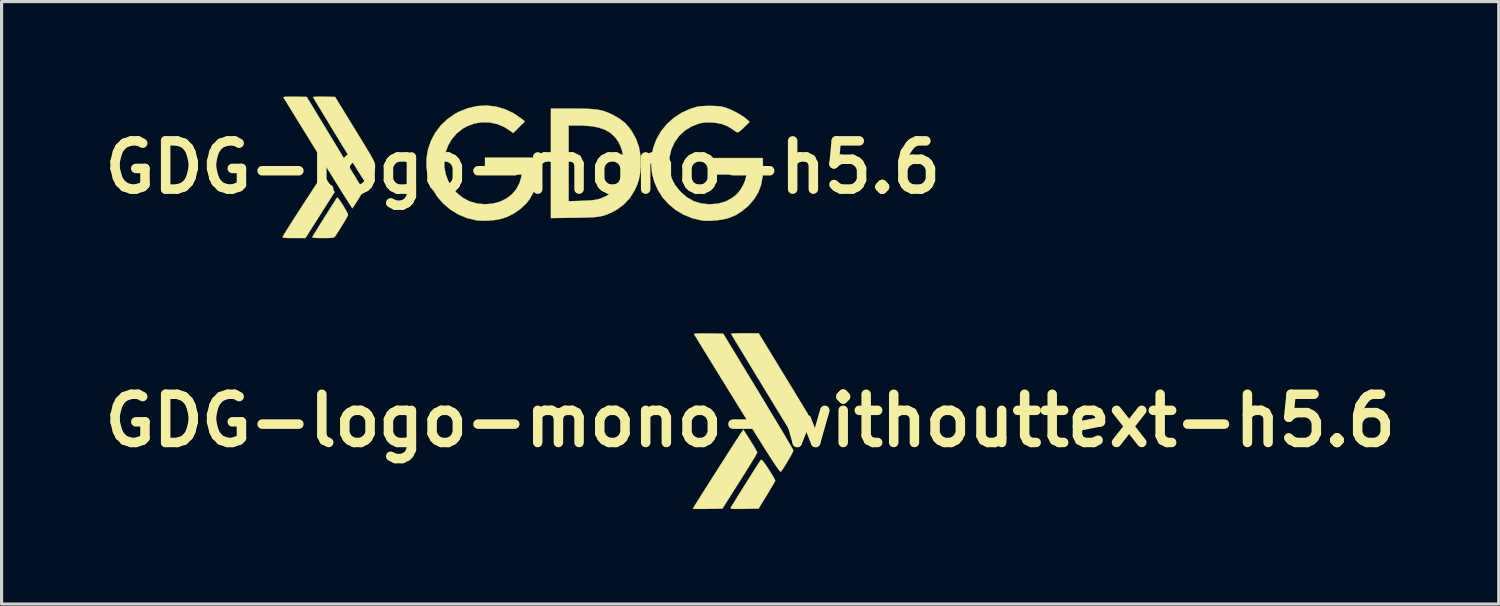
<source format=kicad_pcb>
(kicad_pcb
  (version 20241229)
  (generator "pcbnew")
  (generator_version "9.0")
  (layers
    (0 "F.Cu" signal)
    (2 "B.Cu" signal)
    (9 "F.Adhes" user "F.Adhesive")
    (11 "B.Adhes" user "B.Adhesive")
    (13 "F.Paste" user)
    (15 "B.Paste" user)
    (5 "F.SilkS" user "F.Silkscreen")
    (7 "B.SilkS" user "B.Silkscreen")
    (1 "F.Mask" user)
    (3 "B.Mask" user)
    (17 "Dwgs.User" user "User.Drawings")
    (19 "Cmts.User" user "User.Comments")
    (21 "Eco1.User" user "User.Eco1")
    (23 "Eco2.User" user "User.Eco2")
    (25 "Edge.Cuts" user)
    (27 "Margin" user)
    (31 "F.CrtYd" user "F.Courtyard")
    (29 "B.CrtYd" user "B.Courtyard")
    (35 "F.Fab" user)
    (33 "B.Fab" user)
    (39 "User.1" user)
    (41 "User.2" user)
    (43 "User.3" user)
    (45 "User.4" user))
  (footprint "GDG-logo-mono-h5.6"
    (layer "F.Cu")
    (at 13.469 2.236)
    (property "Reference" "GDG-logo-mono-h5.6" (at 0 0 0) (layer "F.SilkS") (effects (font (size 1.524 1.524) (thickness 0.3))))
    (attr through_hole)
    (fp_poly (pts (xy -6.292 0.26) (xy -6.25 0.318) (xy -6.192 0.402) (xy -6.126 0.503) (xy -6.119 0.513) (xy -5.947 0.783) (xy -6.407 1.509) (xy -6.867 2.235) (xy -7.234 2.235) (xy -7.378 2.235) (xy -7.478 2.232) (xy -7.542 2.227) (xy -7.576 2.219) (xy -7.587 2.207) (xy -7.585 2.197) (xy -7.566 2.16) (xy -7.523 2.087) (xy -7.459 1.985) (xy -7.379 1.857) (xy -7.285 1.709) (xy -7.181 1.547) (xy -7.07 1.374) (xy -6.956 1.198) (xy -6.842 1.021) (xy -6.73 0.851) (xy -6.626 0.691) (xy -6.531 0.548) (xy -6.449 0.425) (xy -6.383 0.33) (xy -6.338 0.265) (xy -6.316 0.237) (xy -6.314 0.236) (xy -6.292 0.26)) (stroke (width 0.01) (type solid)) (fill yes) (layer "F.SilkS"))
    (fp_poly (pts (xy -7.201 -2.23) (xy -6.827 -2.223) (xy -5.93 -0.743) (xy -5.032 0.736) (xy -5.202 1.015) (xy -5.267 1.119) (xy -5.323 1.206) (xy -5.364 1.267) (xy -5.385 1.294) (xy -5.386 1.294) (xy -5.402 1.273) (xy -5.442 1.212) (xy -5.504 1.115) (xy -5.587 0.983) (xy -5.689 0.822) (xy -5.807 0.633) (xy -5.94 0.42) (xy -6.085 0.186) (xy -6.241 -0.065) (xy -6.405 -0.33) (xy -6.479 -0.449) (xy -6.646 -0.72) (xy -6.806 -0.979) (xy -6.955 -1.222) (xy -7.094 -1.446) (xy -7.218 -1.648) (xy -7.326 -1.824) (xy -7.417 -1.972) (xy -7.488 -2.088) (xy -7.537 -2.168) (xy -7.562 -2.21) (xy -7.565 -2.215) (xy -7.544 -2.222) (xy -7.482 -2.227) (xy -7.385 -2.23) (xy -7.263 -2.23) (xy -7.201 -2.23)) (stroke (width 0.01) (type solid)) (fill yes) (layer "F.SilkS"))
    (fp_poly (pts (xy -5.847 0.968) (xy -5.809 1.013) (xy -5.757 1.084) (xy -5.7 1.172) (xy -5.642 1.265) (xy -5.589 1.356) (xy -5.548 1.435) (xy -5.524 1.491) (xy -5.522 1.513) (xy -5.542 1.553) (xy -5.584 1.626) (xy -5.641 1.722) (xy -5.706 1.829) (xy -5.773 1.939) (xy -5.837 2.04) (xy -5.891 2.124) (xy -5.928 2.178) (xy -5.938 2.191) (xy -5.96 2.209) (xy -5.996 2.222) (xy -6.053 2.229) (xy -6.141 2.234) (xy -6.267 2.235) (xy -6.319 2.235) (xy -6.462 2.234) (xy -6.56 2.23) (xy -6.62 2.224) (xy -6.646 2.213) (xy -6.648 2.203) (xy -6.632 2.174) (xy -6.593 2.109) (xy -6.535 2.015) (xy -6.463 1.898) (xy -6.38 1.766) (xy -6.292 1.624) (xy -6.202 1.481) (xy -6.115 1.342) (xy -6.035 1.215) (xy -5.965 1.106) (xy -5.912 1.022) (xy -5.877 0.971) (xy -5.868 0.957) (xy -5.847 0.968)) (stroke (width 0.01) (type solid)) (fill yes) (layer "F.SilkS"))
    (fp_poly (pts (xy -6.312 -2.23) (xy -6.283 -2.23) (xy -5.931 -2.223) (xy -5.557 -1.613) (xy -5.382 -1.328) (xy -5.232 -1.083) (xy -5.104 -0.874) (xy -4.997 -0.699) (xy -4.91 -0.554) (xy -4.839 -0.435) (xy -4.784 -0.34) (xy -4.742 -0.264) (xy -4.712 -0.205) (xy -4.692 -0.159) (xy -4.679 -0.122) (xy -4.673 -0.092) (xy -4.67 -0.065) (xy -4.67 -0.038) (xy -4.67 -0.014) (xy -4.674 0.071) (xy -4.691 0.142) (xy -4.726 0.22) (xy -4.771 0.3) (xy -4.825 0.388) (xy -4.872 0.463) (xy -4.904 0.511) (xy -4.907 0.514) (xy -4.916 0.52) (xy -4.93 0.514) (xy -4.95 0.495) (xy -4.979 0.46) (xy -5.019 0.405) (xy -5.071 0.327) (xy -5.138 0.224) (xy -5.221 0.092) (xy -5.322 -0.07) (xy -5.443 -0.267) (xy -5.587 -0.502) (xy -5.754 -0.776) (xy -5.779 -0.816) (xy -5.925 -1.056) (xy -6.064 -1.284) (xy -6.192 -1.496) (xy -6.308 -1.687) (xy -6.41 -1.855) (xy -6.495 -1.994) (xy -6.56 -2.103) (xy -6.604 -2.177) (xy -6.624 -2.211) (xy -6.625 -2.214) (xy -6.605 -2.222) (xy -6.541 -2.228) (xy -6.441 -2.231) (xy -6.312 -2.23)) (stroke (width 0.01) (type solid)) (fill yes) (layer "F.SilkS"))
    (fp_poly (pts (xy 1.799 -1.853) (xy 2.005 -1.849) (xy 2.176 -1.84) (xy 2.319 -1.827) (xy 2.442 -1.806) (xy 2.552 -1.778) (xy 2.658 -1.741) (xy 2.767 -1.695) (xy 2.832 -1.664) (xy 3.051 -1.54) (xy 3.232 -1.397) (xy 3.383 -1.226) (xy 3.438 -1.148) (xy 3.578 -0.898) (xy 3.672 -0.633) (xy 3.721 -0.351) (xy 3.726 -0.046) (xy 3.725 -0.026) (xy 3.706 0.188) (xy 3.672 0.371) (xy 3.618 0.54) (xy 3.541 0.713) (xy 3.523 0.747) (xy 3.379 0.973) (xy 3.197 1.169) (xy 2.984 1.329) (xy 2.865 1.395) (xy 2.758 1.446) (xy 2.665 1.487) (xy 2.576 1.519) (xy 2.485 1.543) (xy 2.384 1.561) (xy 2.265 1.574) (xy 2.122 1.582) (xy 1.945 1.588) (xy 1.729 1.592) (xy 1.619 1.594) (xy 0.889 1.604) (xy 0.889 -1.321) (xy 1.448 -1.321) (xy 1.448 1.074) (xy 1.861 1.06) (xy 2.043 1.052) (xy 2.185 1.042) (xy 2.296 1.028) (xy 2.387 1.009) (xy 2.432 0.996) (xy 2.65 0.902) (xy 2.833 0.773) (xy 2.981 0.61) (xy 3.089 0.416) (xy 3.101 0.387) (xy 3.136 0.261) (xy 3.16 0.101) (xy 3.173 -0.076) (xy 3.173 -0.252) (xy 3.16 -0.411) (xy 3.138 -0.522) (xy 3.083 -0.681) (xy 3.019 -0.81) (xy 2.933 -0.929) (xy 2.9 -0.967) (xy 2.766 -1.09) (xy 2.603 -1.185) (xy 2.406 -1.254) (xy 2.173 -1.299) (xy 1.899 -1.319) (xy 1.779 -1.321) (xy 1.448 -1.321) (xy 0.889 -1.321) (xy 0.889 -1.854) (xy 1.55 -1.854) (xy 1.799 -1.853)) (stroke (width 0.01) (type solid)) (fill yes) (layer "F.SilkS"))
    (fp_poly (pts (xy -0.853 -1.919) (xy -0.57 -1.838) (xy -0.297 -1.709) (xy -0.039 -1.533) (xy -0.013 -1.511) (xy 0.064 -1.448) (xy -0.12 -1.265) (xy -0.303 -1.081) (xy -0.374 -1.137) (xy -0.587 -1.275) (xy -0.817 -1.369) (xy -1.057 -1.418) (xy -1.3 -1.422) (xy -1.54 -1.382) (xy -1.769 -1.295) (xy -1.894 -1.224) (xy -2.09 -1.07) (xy -2.246 -0.887) (xy -2.364 -0.683) (xy -2.443 -0.463) (xy -2.481 -0.234) (xy -2.478 -0.001) (xy -2.434 0.23) (xy -2.348 0.452) (xy -2.219 0.659) (xy -2.096 0.8) (xy -1.899 0.962) (xy -1.683 1.077) (xy -1.447 1.145) (xy -1.193 1.168) (xy -0.944 1.147) (xy -0.716 1.086) (xy -0.514 0.986) (xy -0.341 0.853) (xy -0.203 0.688) (xy -0.102 0.494) (xy -0.054 0.337) (xy -0.031 0.229) (xy -1.194 0.229) (xy -1.194 -0.305) (xy 0.479 -0.305) (xy 0.497 -0.162) (xy 0.506 0.075) (xy 0.478 0.323) (xy 0.418 0.569) (xy 0.329 0.802) (xy 0.214 1.009) (xy 0.113 1.139) (xy -0.075 1.316) (xy -0.292 1.465) (xy -0.524 1.577) (xy -0.716 1.637) (xy -0.89 1.667) (xy -1.084 1.684) (xy -1.277 1.688) (xy -1.446 1.677) (xy -1.473 1.673) (xy -1.759 1.605) (xy -2.03 1.493) (xy -2.281 1.341) (xy -2.505 1.153) (xy -2.696 0.934) (xy -2.85 0.689) (xy -2.913 0.551) (xy -3.003 0.267) (xy -3.044 -0.02) (xy -3.039 -0.304) (xy -2.989 -0.582) (xy -2.896 -0.847) (xy -2.762 -1.096) (xy -2.59 -1.323) (xy -2.38 -1.523) (xy -2.135 -1.692) (xy -2.019 -1.754) (xy -1.73 -1.869) (xy -1.437 -1.935) (xy -1.143 -1.951) (xy -0.853 -1.919)) (stroke (width 0.01) (type solid)) (fill yes) (layer "F.SilkS"))
    (fp_poly (pts (xy 6.061 -1.937) (xy 6.207 -1.927) (xy 6.322 -1.909) (xy 6.325 -1.908) (xy 6.453 -1.868) (xy 6.602 -1.806) (xy 6.756 -1.73) (xy 6.898 -1.648) (xy 7.013 -1.569) (xy 7.044 -1.544) (xy 7.166 -1.435) (xy 6.989 -1.26) (xy 6.898 -1.175) (xy 6.828 -1.121) (xy 6.785 -1.1) (xy 6.778 -1.101) (xy 6.739 -1.124) (xy 6.676 -1.167) (xy 6.623 -1.205) (xy 6.457 -1.305) (xy 6.281 -1.371) (xy 6.08 -1.408) (xy 5.966 -1.416) (xy 5.814 -1.419) (xy 5.694 -1.411) (xy 5.588 -1.389) (xy 5.572 -1.385) (xy 5.329 -1.29) (xy 5.116 -1.157) (xy 4.937 -0.99) (xy 4.796 -0.793) (xy 4.694 -0.569) (xy 4.636 -0.324) (xy 4.623 -0.129) (xy 4.642 0.121) (xy 4.7 0.343) (xy 4.802 0.546) (xy 4.95 0.736) (xy 5.001 0.79) (xy 5.194 0.954) (xy 5.399 1.069) (xy 5.622 1.14) (xy 5.87 1.168) (xy 5.918 1.168) (xy 6.174 1.147) (xy 6.403 1.083) (xy 6.608 0.975) (xy 6.77 0.842) (xy 6.87 0.722) (xy 6.958 0.576) (xy 7.023 0.423) (xy 7.05 0.324) (xy 7.067 0.229) (xy 5.891 0.229) (xy 5.905 -0.292) (xy 7.582 -0.292) (xy 7.589 -0.013) (xy 7.579 0.282) (xy 7.532 0.545) (xy 7.445 0.782) (xy 7.316 0.998) (xy 7.145 1.196) (xy 7.119 1.222) (xy 6.931 1.382) (xy 6.742 1.502) (xy 6.538 1.59) (xy 6.432 1.622) (xy 6.284 1.654) (xy 6.113 1.677) (xy 5.935 1.689) (xy 5.771 1.689) (xy 5.651 1.678) (xy 5.352 1.607) (xy 5.076 1.495) (xy 4.827 1.345) (xy 4.607 1.163) (xy 4.419 0.951) (xy 4.267 0.713) (xy 4.154 0.454) (xy 4.083 0.178) (xy 4.056 -0.112) (xy 4.067 -0.335) (xy 4.124 -0.622) (xy 4.227 -0.893) (xy 4.371 -1.142) (xy 4.554 -1.366) (xy 4.771 -1.561) (xy 5.019 -1.723) (xy 5.295 -1.848) (xy 5.488 -1.908) (xy 5.597 -1.926) (xy 5.739 -1.937) (xy 5.9 -1.941) (xy 6.061 -1.937)) (stroke (width 0.01) (type solid)) (fill yes) (layer "F.SilkS")))
  (footprint "GDG-logo-mono-withouttext-h5.6"
    (layer "F.Cu")
    (at 20.654 10.242)
    (property "Reference" "GDG-logo-mono-withouttext-h5.6" (at 0 0 0) (layer "F.SilkS") (effects (font (size 1.524 1.524) (thickness 0.3))))
    (attr through_hole)
    (fp_poly (pts (xy 0.391 1.264) (xy 0.443 1.328) (xy 0.518 1.437) (xy 0.582 1.535) (xy 0.663 1.663) (xy 0.729 1.773) (xy 0.775 1.853) (xy 0.793 1.892) (xy 0.793 1.893) (xy 0.776 1.928) (xy 0.732 2.008) (xy 0.666 2.121) (xy 0.583 2.259) (xy 0.528 2.349) (xy 0.264 2.778) (xy -0.188 2.787) (xy -0.37 2.789) (xy -0.497 2.788) (xy -0.575 2.783) (xy -0.613 2.772) (xy -0.618 2.756) (xy -0.617 2.755) (xy -0.583 2.698) (xy -0.523 2.6) (xy -0.442 2.469) (xy -0.346 2.314) (xy -0.239 2.144) (xy -0.128 1.967) (xy -0.018 1.792) (xy 0.086 1.628) (xy 0.178 1.482) (xy 0.254 1.364) (xy 0.307 1.282) (xy 0.332 1.246) (xy 0.333 1.245) (xy 0.356 1.238) (xy 0.391 1.264)) (stroke (width 0.01) (type solid)) (fill yes) (layer "F.SilkS"))
    (fp_poly (pts (xy 0.002 0.626) (xy 0.085 0.758) (xy 0.153 0.873) (xy 0.201 0.959) (xy 0.221 1.004) (xy 0.222 1.006) (xy 0.205 1.042) (xy 0.159 1.124) (xy 0.086 1.246) (xy -0.009 1.401) (xy -0.122 1.584) (xy -0.249 1.786) (xy -0.328 1.911) (xy -0.878 2.778) (xy -1.344 2.787) (xy -1.508 2.789) (xy -1.646 2.789) (xy -1.749 2.786) (xy -1.803 2.782) (xy -1.81 2.779) (xy -1.793 2.751) (xy -1.747 2.675) (xy -1.674 2.559) (xy -1.58 2.409) (xy -1.468 2.232) (xy -1.343 2.035) (xy -1.209 1.823) (xy -1.069 1.604) (xy -0.929 1.383) (xy -0.792 1.169) (xy -0.663 0.966) (xy -0.545 0.782) (xy -0.443 0.624) (xy -0.361 0.497) (xy -0.303 0.409) (xy -0.278 0.372) (xy -0.216 0.283) (xy 0.002 0.626)) (stroke (width 0.01) (type solid)) (fill yes) (layer "F.SilkS"))
    (fp_poly (pts (xy -0.167 -2.761) (xy 0.27 -2.759) (xy 1.048 -1.483) (xy 1.826 -0.206) (xy 1.825 0.016) (xy 1.823 0.13) (xy 1.81 0.216) (xy 1.781 0.296) (xy 1.728 0.393) (xy 1.682 0.467) (xy 1.615 0.572) (xy 1.559 0.651) (xy 1.523 0.694) (xy 1.517 0.698) (xy 1.484 0.675) (xy 1.448 0.627) (xy 1.411 0.568) (xy 1.346 0.463) (xy 1.258 0.319) (xy 1.149 0.141) (xy 1.023 -0.064) (xy 0.884 -0.293) (xy 0.734 -0.538) (xy 0.578 -0.794) (xy 0.419 -1.056) (xy 0.26 -1.318) (xy 0.104 -1.574) (xy -0.044 -1.819) (xy -0.182 -2.047) (xy -0.307 -2.253) (xy -0.414 -2.43) (xy -0.5 -2.573) (xy -0.562 -2.677) (xy -0.597 -2.736) (xy -0.603 -2.748) (xy -0.573 -2.753) (xy -0.492 -2.757) (xy -0.369 -2.76) (xy -0.218 -2.761) (xy -0.167 -2.761)) (stroke (width 0.01) (type solid)) (fill yes) (layer "F.SilkS"))
    (fp_poly (pts (xy -1.318 -2.755) (xy -0.851 -2.746) (xy 0.257 -0.921) (xy 0.445 -0.61) (xy 0.623 -0.315) (xy 0.788 -0.04) (xy 0.938 0.21) (xy 1.07 0.431) (xy 1.18 0.619) (xy 1.268 0.768) (xy 1.329 0.875) (xy 1.361 0.934) (xy 1.365 0.945) (xy 1.349 0.985) (xy 1.307 1.066) (xy 1.248 1.172) (xy 1.178 1.292) (xy 1.106 1.41) (xy 1.041 1.513) (xy 0.989 1.588) (xy 0.969 1.613) (xy 0.956 1.61) (xy 0.93 1.584) (xy 0.888 1.531) (xy 0.83 1.449) (xy 0.753 1.335) (xy 0.656 1.187) (xy 0.537 1) (xy 0.393 0.773) (xy 0.224 0.503) (xy 0.027 0.186) (xy -0.2 -0.179) (xy -0.415 -0.527) (xy -0.624 -0.866) (xy -0.824 -1.19) (xy -1.011 -1.493) (xy -1.184 -1.774) (xy -1.339 -2.026) (xy -1.475 -2.247) (xy -1.588 -2.431) (xy -1.676 -2.576) (xy -1.738 -2.677) (xy -1.769 -2.729) (xy -1.773 -2.736) (xy -1.747 -2.745) (xy -1.668 -2.752) (xy -1.547 -2.756) (xy -1.394 -2.756) (xy -1.318 -2.755)) (stroke (width 0.01) (type solid)) (fill yes) (layer "F.SilkS")))
  (gr_rect
    (start -3 -3)
    (end 44.308 16.036)
    (stroke (width 0.1) (type default))
    (fill no)
    (layer "Edge.Cuts")))
</source>
